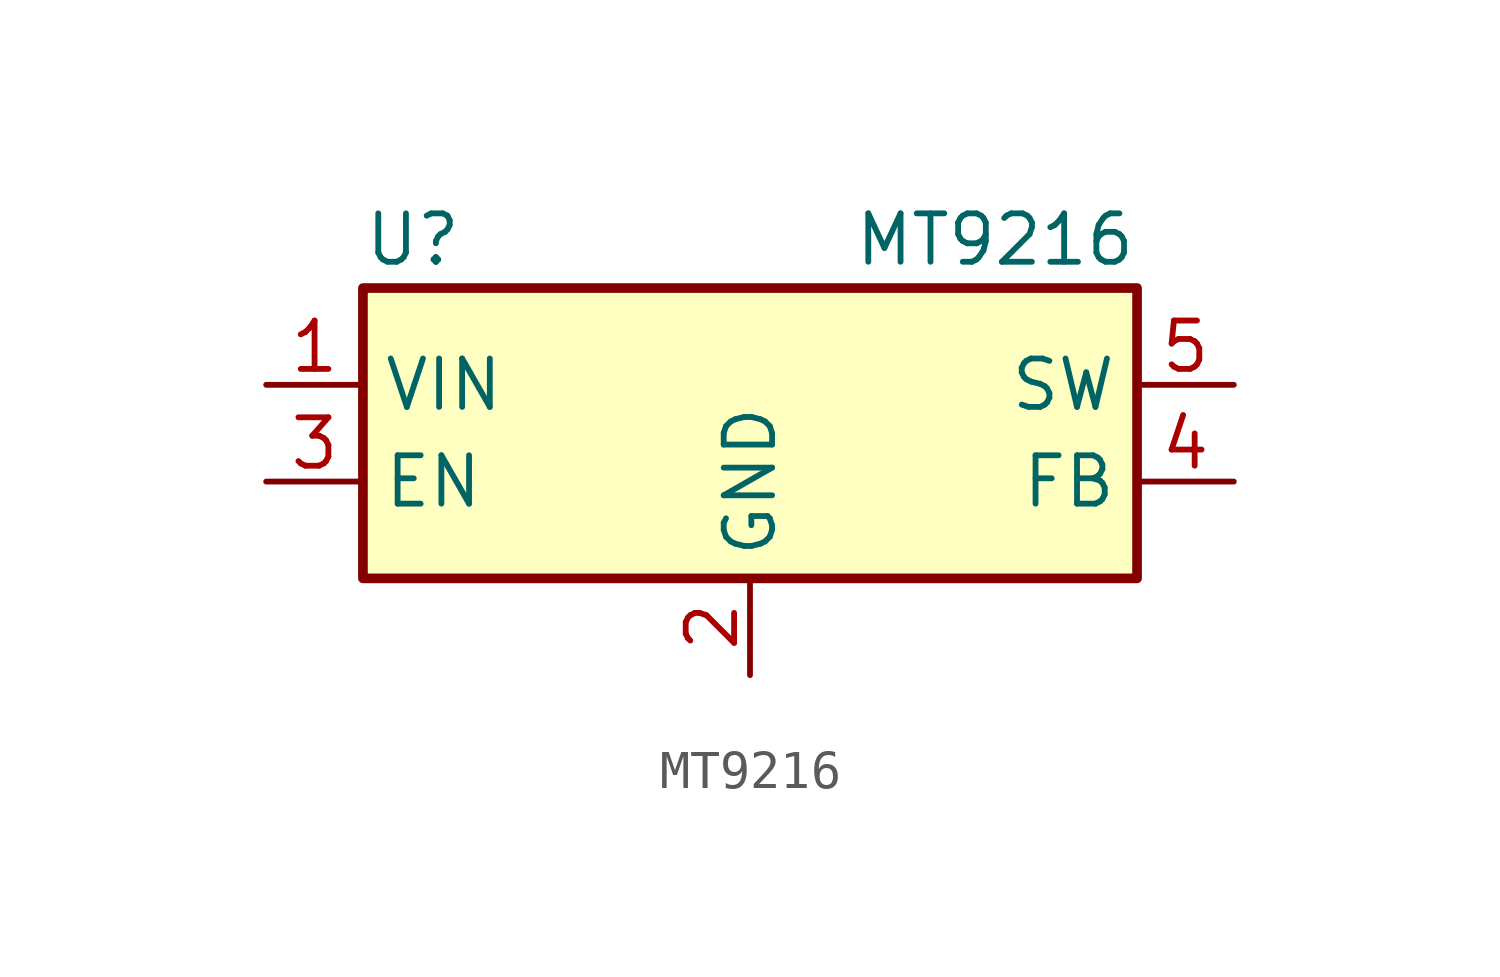
<source format=kicad_sym>
(kicad_symbol_lib
  (version 20211014)
  (generator kicad_symbol_editor)
  (symbol "MT9216"
    (property "Reference" "U"
      (at -10.16 5.08 0)
      (effects (font (size 1.27 1.27)) (justify left)))
    (property "Value" "MT9216"
      (at 10.16 5.08 0)
      (effects (font (size 1.27 1.27)) (justify right)))
    (symbol "MT9216_0_1"
      (rectangle (start -10.16 3.81) (end 10.16 -3.81) (stroke (width 0.254) (type default) (color 0 0 0 0)) (fill (type background))))
    (symbol "MT9216_1_1"
      (pin power_in line (at -12.7 1.27 0) (length 2.54) (name "VIN" (effects (font (size 1.27 1.27)))) (number "1" (effects (font (size 1.27 1.27)))))
      (pin power_in line (at 0 -6.35 90) (length 2.54) (name "GND" (effects (font (size 1.27 1.27)))) (number "2" (effects (font (size 1.27 1.27)))))
      (pin input line (at -12.7 -1.27 0) (length 2.54) (name "EN" (effects (font (size 1.27 1.27)))) (number "3" (effects (font (size 1.27 1.27)))))
      (pin input line (at 12.7 -1.27 180) (length 2.54) (name "FB" (effects (font (size 1.27 1.27)))) (number "4" (effects (font (size 1.27 1.27)))))
      (pin power_out line (at 12.7 1.27 180) (length 2.54) (name "SW" (effects (font (size 1.27 1.27)))) (number "5" (effects (font (size 1.27 1.27))))))))
</source>
